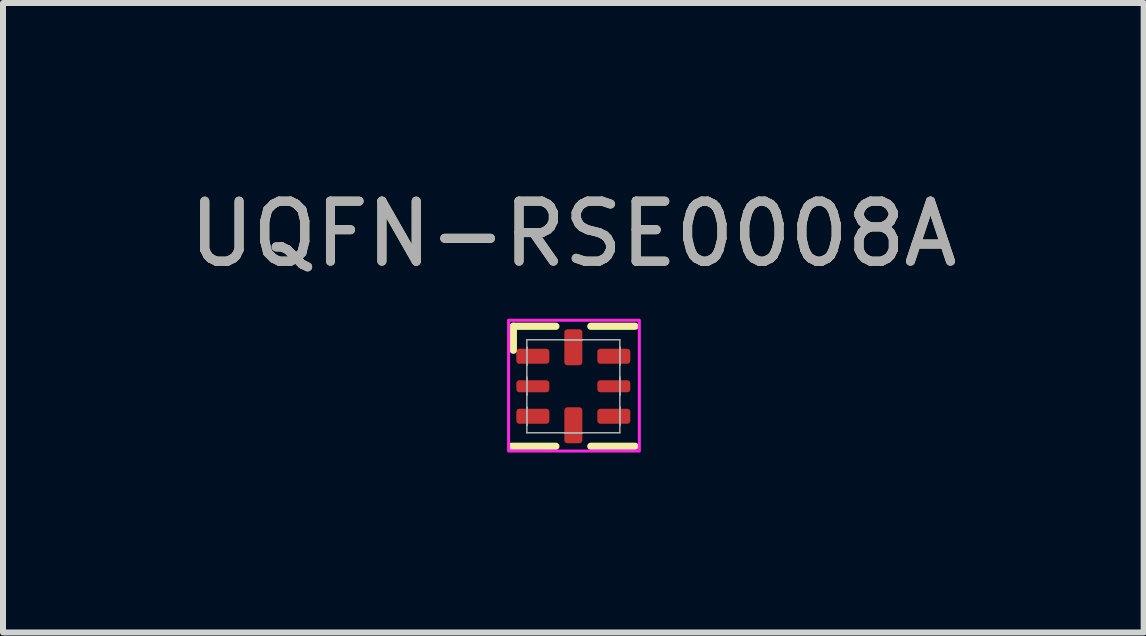
<source format=kicad_pcb>
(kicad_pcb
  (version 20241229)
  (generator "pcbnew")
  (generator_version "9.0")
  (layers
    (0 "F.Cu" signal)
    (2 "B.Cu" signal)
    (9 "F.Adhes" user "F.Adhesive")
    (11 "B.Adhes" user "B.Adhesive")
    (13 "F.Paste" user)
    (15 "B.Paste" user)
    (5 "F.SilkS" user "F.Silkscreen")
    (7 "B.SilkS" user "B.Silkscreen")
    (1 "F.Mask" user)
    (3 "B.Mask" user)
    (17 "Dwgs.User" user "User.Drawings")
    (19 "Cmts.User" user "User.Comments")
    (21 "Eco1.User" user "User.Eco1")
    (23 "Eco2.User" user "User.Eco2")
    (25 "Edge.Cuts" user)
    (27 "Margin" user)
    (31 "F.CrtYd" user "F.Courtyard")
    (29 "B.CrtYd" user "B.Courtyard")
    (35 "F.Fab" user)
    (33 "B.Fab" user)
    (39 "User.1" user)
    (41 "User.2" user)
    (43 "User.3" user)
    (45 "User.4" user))
  (footprint "UQFN-RSE0008A"
    (layer "F.Cu")
    (at 6.506 3.388)
    (property "Reference" "UQFN-RSE0008A" (at 0 -2.54 0) (unlocked yes) (layer "F.SilkS") (effects (font (size 1 1) (thickness 0.15))))
    (attr smd)
    (fp_line (start -1.029 1) (end -0.291 1) (stroke (width 0.12) (type solid)) (layer "F.SilkS"))
    (fp_line (start -1 -1) (end -1 -0.6) (stroke (width 0.12) (type solid)) (layer "F.SilkS"))
    (fp_line (start -0.291 -1) (end -1 -1) (stroke (width 0.12) (type solid)) (layer "F.SilkS"))
    (fp_line (start 0.291 1) (end 1.029 1) (stroke (width 0.12) (type solid)) (layer "F.SilkS"))
    (fp_line (start 1.029 -1) (end 0.291 -1) (stroke (width 0.12) (type solid)) (layer "F.SilkS"))
    (fp_rect (start -1.079 -1.1) (end 1.1 1.079) (stroke (width 0.05) (type default)) (fill no) (layer "F.CrtYd"))
    (fp_line (start -0.775 -0.775) (end -0.775 0.775) (stroke (width 0.025) (type solid)) (layer "F.Fab"))
    (fp_line (start -0.775 -0.65) (end -0.775 -0.65) (stroke (width 0.025) (type solid)) (layer "F.Fab"))
    (fp_line (start -0.775 -0.65) (end -0.775 -0.35) (stroke (width 0.025) (type solid)) (layer "F.Fab"))
    (fp_line (start -0.775 -0.35) (end -0.775 -0.65) (stroke (width 0.025) (type solid)) (layer "F.Fab"))
    (fp_line (start -0.775 -0.35) (end -0.775 -0.35) (stroke (width 0.025) (type solid)) (layer "F.Fab"))
    (fp_line (start -0.775 -0.15) (end -0.775 -0.15) (stroke (width 0.025) (type solid)) (layer "F.Fab"))
    (fp_line (start -0.775 -0.15) (end -0.775 0.15) (stroke (width 0.025) (type solid)) (layer "F.Fab"))
    (fp_line (start -0.775 0.15) (end -0.775 -0.15) (stroke (width 0.025) (type solid)) (layer "F.Fab"))
    (fp_line (start -0.775 0.15) (end -0.775 0.15) (stroke (width 0.025) (type solid)) (layer "F.Fab"))
    (fp_line (start -0.775 0.35) (end -0.775 0.35) (stroke (width 0.025) (type solid)) (layer "F.Fab"))
    (fp_line (start -0.775 0.35) (end -0.775 0.65) (stroke (width 0.025) (type solid)) (layer "F.Fab"))
    (fp_line (start -0.775 0.65) (end -0.775 0.35) (stroke (width 0.025) (type solid)) (layer "F.Fab"))
    (fp_line (start -0.775 0.65) (end -0.775 0.65) (stroke (width 0.025) (type solid)) (layer "F.Fab"))
    (fp_line (start -0.775 0.775) (end 0.775 0.775) (stroke (width 0.025) (type solid)) (layer "F.Fab"))
    (fp_line (start -0.15 -0.775) (end -0.15 -0.775) (stroke (width 0.025) (type solid)) (layer "F.Fab"))
    (fp_line (start -0.15 -0.775) (end 0.15 -0.775) (stroke (width 0.025) (type solid)) (layer "F.Fab"))
    (fp_line (start -0.15 0.775) (end -0.15 0.775) (stroke (width 0.025) (type solid)) (layer "F.Fab"))
    (fp_line (start -0.15 0.775) (end 0.15 0.775) (stroke (width 0.025) (type solid)) (layer "F.Fab"))
    (fp_line (start 0.15 -0.775) (end -0.15 -0.775) (stroke (width 0.025) (type solid)) (layer "F.Fab"))
    (fp_line (start 0.15 -0.775) (end 0.15 -0.775) (stroke (width 0.025) (type solid)) (layer "F.Fab"))
    (fp_line (start 0.15 0.775) (end -0.15 0.775) (stroke (width 0.025) (type solid)) (layer "F.Fab"))
    (fp_line (start 0.15 0.775) (end 0.15 0.775) (stroke (width 0.025) (type solid)) (layer "F.Fab"))
    (fp_line (start 0.775 -0.775) (end -0.775 -0.775) (stroke (width 0.025) (type solid)) (layer "F.Fab"))
    (fp_line (start 0.775 -0.65) (end 0.775 -0.65) (stroke (width 0.025) (type solid)) (layer "F.Fab"))
    (fp_line (start 0.775 -0.65) (end 0.775 -0.35) (stroke (width 0.025) (type solid)) (layer "F.Fab"))
    (fp_line (start 0.775 -0.35) (end 0.775 -0.65) (stroke (width 0.025) (type solid)) (layer "F.Fab"))
    (fp_line (start 0.775 -0.35) (end 0.775 -0.35) (stroke (width 0.025) (type solid)) (layer "F.Fab"))
    (fp_line (start 0.775 -0.15) (end 0.775 -0.15) (stroke (width 0.025) (type solid)) (layer "F.Fab"))
    (fp_line (start 0.775 -0.15) (end 0.775 0.15) (stroke (width 0.025) (type solid)) (layer "F.Fab"))
    (fp_line (start 0.775 0.15) (end 0.775 -0.15) (stroke (width 0.025) (type solid)) (layer "F.Fab"))
    (fp_line (start 0.775 0.15) (end 0.775 0.15) (stroke (width 0.025) (type solid)) (layer "F.Fab"))
    (fp_line (start 0.775 0.35) (end 0.775 0.35) (stroke (width 0.025) (type solid)) (layer "F.Fab"))
    (fp_line (start 0.775 0.35) (end 0.775 0.65) (stroke (width 0.025) (type solid)) (layer "F.Fab"))
    (fp_line (start 0.775 0.65) (end 0.775 0.35) (stroke (width 0.025) (type solid)) (layer "F.Fab"))
    (fp_line (start 0.775 0.65) (end 0.775 0.65) (stroke (width 0.025) (type solid)) (layer "F.Fab"))
    (fp_line (start 0.775 0.775) (end 0.775 -0.775) (stroke (width 0.025) (type solid)) (layer "F.Fab"))
    (fp_text user "${REFERENCE}" (at 0 -2.54 0) (unlocked yes) (layer "F.Fab") (effects (font (size 1 1) (thickness 0.15))))
    (pad "1" smd roundrect (at -0.675 -0.5 90) (size 0.25 0.55) (layers "F.Cu" "F.Mask" "F.Paste") (roundrect_rratio 0.2))
    (pad "2" smd roundrect (at -0.675 0 90) (size 0.2 0.55) (layers "F.Cu" "F.Mask" "F.Paste") (roundrect_rratio 0.25))
    (pad "3" smd roundrect (at -0.675 0.5 90) (size 0.25 0.55) (layers "F.Cu" "F.Mask" "F.Paste") (roundrect_rratio 0.2))
    (pad "4" smd roundrect (at 0 0.65) (size 0.3 0.6) (layers "F.Cu" "F.Mask" "F.Paste") (roundrect_rratio 0.167))
    (pad "5" smd roundrect (at 0.675 0.5 90) (size 0.25 0.55) (layers "F.Cu" "F.Mask" "F.Paste") (roundrect_rratio 0.2))
    (pad "6" smd roundrect (at 0.675 0 90) (size 0.2 0.55) (layers "F.Cu" "F.Mask" "F.Paste") (roundrect_rratio 0.25))
    (pad "7" smd roundrect (at 0.675 -0.5 90) (size 0.25 0.55) (layers "F.Cu" "F.Mask" "F.Paste") (roundrect_rratio 0.2))
    (pad "8" smd roundrect (at 0 -0.65) (size 0.3 0.6) (layers "F.Cu" "F.Mask" "F.Paste") (roundrect_rratio 0.167)))
  (gr_rect
    (start -3 -3)
    (end 16.012 7.492)
    (stroke (width 0.1) (type default))
    (fill no)
    (layer "Edge.Cuts")))
</source>
